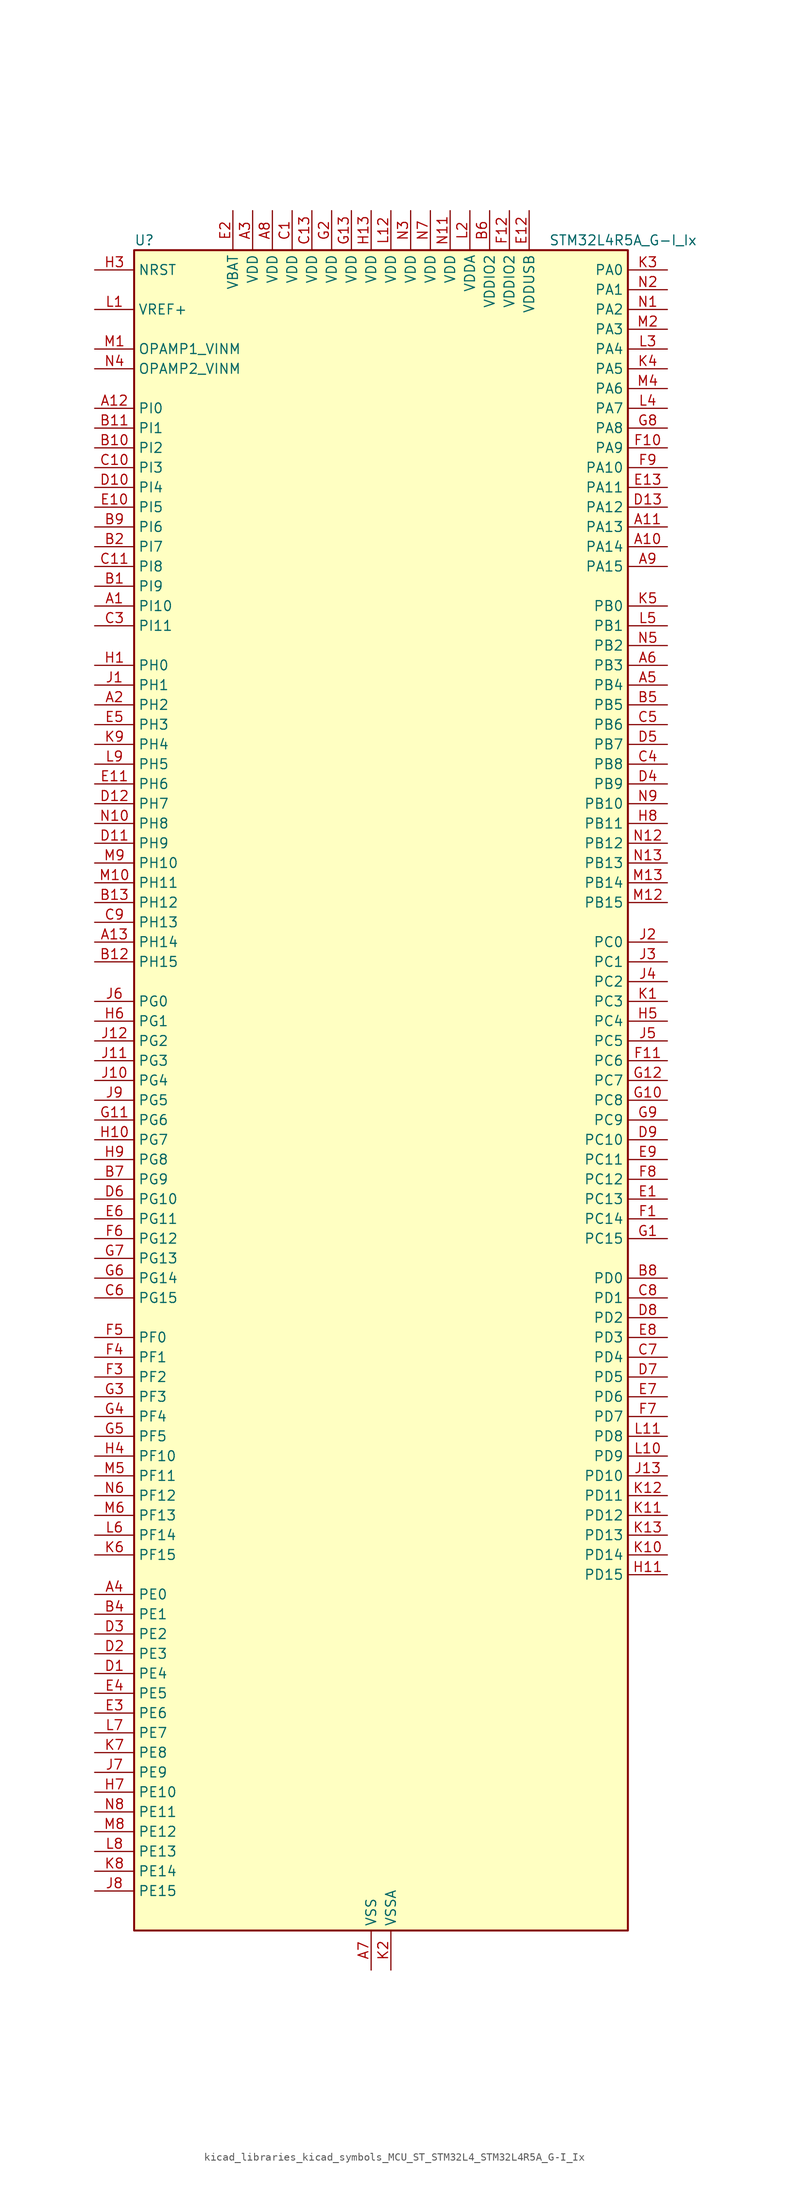
<source format=kicad_sym>
(kicad_symbol_lib
  (version 20220914)
  (generator kicad_symbol_editor)
  (symbol "kicad_libraries_kicad_symbols_MCU_ST_STM32L4_STM32L4R5A_G-I_Ix"
    (property "Reference" "U"
      (at -30.48 110.49 0)
      (effects (font (size 1.27 1.27)) (justify left)))
    (property "Value" "STM32L4R5A_G-I_Ix"
      (at 22.86 110.49 0)
      (effects (font (size 1.27 1.27)) (justify left)))
    (property "ki_locked" ""
      (at 0 0 0)
      (effects (font (size 1.27 1.27))))
    (symbol "kicad_libraries_kicad_symbols_MCU_ST_STM32L4_STM32L4R5A_G-I_Ix_0_1"
      (rectangle (start -30.48 -106.68) (end 33.02 109.22) (stroke (width 0.254) (type default)) (fill (type background))))
    (symbol "kicad_libraries_kicad_symbols_MCU_ST_STM32L4_STM32L4R5A_G-I_Ix_1_1"
      (pin bidirectional line (at -35.56 63.5 0) (length 5.08) (name "PI10" (effects (font (size 1.27 1.27)))) (number "A1" (effects (font (size 1.27 1.27)))) (alternate "OCTOSPIM_P2_IO1" bidirectional line))
      (pin bidirectional line (at 38.1 71.12 180) (length 5.08) (name "PA14" (effects (font (size 1.27 1.27)))) (number "A10" (effects (font (size 1.27 1.27)))) (alternate "I2C1_SMBA" bidirectional line) (alternate "I2C4_SMBA" bidirectional line) (alternate "LPTIM1_OUT" bidirectional line) (alternate "SAI1_FS_B" bidirectional line) (alternate "SYS_JTCK-SWCLK" bidirectional line) (alternate "USB_OTG_FS_SOF" bidirectional line))
      (pin bidirectional line (at 38.1 73.66 180) (length 5.08) (name "PA13" (effects (font (size 1.27 1.27)))) (number "A11" (effects (font (size 1.27 1.27)))) (alternate "IR_OUT" bidirectional line) (alternate "SAI1_SD_B" bidirectional line) (alternate "SYS_JTMS-SWDIO" bidirectional line) (alternate "USB_OTG_FS_NOE" bidirectional line))
      (pin bidirectional line (at -35.56 88.9 0) (length 5.08) (name "PI0" (effects (font (size 1.27 1.27)))) (number "A12" (effects (font (size 1.27 1.27)))) (alternate "DCMI_D13" bidirectional line) (alternate "OCTOSPIM_P1_IO5" bidirectional line) (alternate "SPI2_NSS" bidirectional line) (alternate "TIM5_CH4" bidirectional line))
      (pin bidirectional line (at -35.56 20.32 0) (length 5.08) (name "PH14" (effects (font (size 1.27 1.27)))) (number "A13" (effects (font (size 1.27 1.27)))) (alternate "DCMI_D4" bidirectional line) (alternate "TIM8_CH2N" bidirectional line))
      (pin bidirectional line (at -35.56 50.8 0) (length 5.08) (name "PH2" (effects (font (size 1.27 1.27)))) (number "A2" (effects (font (size 1.27 1.27)))) (alternate "OCTOSPIM_P1_IO4" bidirectional line))
      (pin power_in line (at -15.24 114.3 270) (length 5.08) (name "VDD" (effects (font (size 1.27 1.27)))) (number "A3" (effects (font (size 1.27 1.27)))))
      (pin bidirectional line (at -35.56 -63.5 0) (length 5.08) (name "PE0" (effects (font (size 1.27 1.27)))) (number "A4" (effects (font (size 1.27 1.27)))) (alternate "DCMI_D2" bidirectional line) (alternate "FMC_NBL0" bidirectional line) (alternate "TIM16_CH1" bidirectional line) (alternate "TIM4_ETR" bidirectional line))
      (pin bidirectional line (at 38.1 53.34 180) (length 5.08) (name "PB4" (effects (font (size 1.27 1.27)))) (number "A5" (effects (font (size 1.27 1.27)))) (alternate "COMP2_INP" bidirectional line) (alternate "DCMI_D12" bidirectional line) (alternate "I2C3_SDA" bidirectional line) (alternate "SAI1_MCLK_B" bidirectional line) (alternate "SPI1_MISO" bidirectional line) (alternate "SPI3_MISO" bidirectional line) (alternate "SYS_JTRST" bidirectional line) (alternate "TIM17_BKIN" bidirectional line) (alternate "TIM3_CH1" bidirectional line) (alternate "TSC_G2_IO1" bidirectional line) (alternate "UART5_DE" bidirectional line) (alternate "UART5_RTS" bidirectional line) (alternate "USART1_CTS" bidirectional line) (alternate "USART1_NSS" bidirectional line))
      (pin bidirectional line (at 38.1 55.88 180) (length 5.08) (name "PB3" (effects (font (size 1.27 1.27)))) (number "A6" (effects (font (size 1.27 1.27)))) (alternate "COMP2_INM" bidirectional line) (alternate "CRS_SYNC" bidirectional line) (alternate "SAI1_SCK_B" bidirectional line) (alternate "SPI1_SCK" bidirectional line) (alternate "SPI3_SCK" bidirectional line) (alternate "SYS_JTDO-SWO" bidirectional line) (alternate "TIM2_CH2" bidirectional line) (alternate "USART1_DE" bidirectional line) (alternate "USART1_RTS" bidirectional line))
      (pin power_in line (at 0 -111.76 90) (length 5.08) (name "VSS" (effects (font (size 1.27 1.27)))) (number "A7" (effects (font (size 1.27 1.27)))))
      (pin power_in line (at -12.7 114.3 270) (length 5.08) (name "VDD" (effects (font (size 1.27 1.27)))) (number "A8" (effects (font (size 1.27 1.27)))))
      (pin bidirectional line (at 38.1 68.58 180) (length 5.08) (name "PA15" (effects (font (size 1.27 1.27)))) (number "A9" (effects (font (size 1.27 1.27)))) (alternate "ADC1_EXTI15" bidirectional line) (alternate "SAI2_FS_B" bidirectional line) (alternate "SPI1_NSS" bidirectional line) (alternate "SPI3_NSS" bidirectional line) (alternate "SYS_JTDI" bidirectional line) (alternate "TIM2_CH1" bidirectional line) (alternate "TIM2_ETR" bidirectional line) (alternate "TSC_G3_IO1" bidirectional line) (alternate "UART4_DE" bidirectional line) (alternate "UART4_RTS" bidirectional line) (alternate "USART2_RX" bidirectional line) (alternate "USART3_DE" bidirectional line) (alternate "USART3_RTS" bidirectional line))
      (pin bidirectional line (at -35.56 66.04 0) (length 5.08) (name "PI9" (effects (font (size 1.27 1.27)))) (number "B1" (effects (font (size 1.27 1.27)))) (alternate "CAN1_RX" bidirectional line) (alternate "DAC1_EXTI9" bidirectional line) (alternate "OCTOSPIM_P2_IO2" bidirectional line))
      (pin bidirectional line (at -35.56 83.82 0) (length 5.08) (name "PI2" (effects (font (size 1.27 1.27)))) (number "B10" (effects (font (size 1.27 1.27)))) (alternate "DCMI_D9" bidirectional line) (alternate "SPI2_MISO" bidirectional line) (alternate "TIM8_CH4" bidirectional line))
      (pin bidirectional line (at -35.56 86.36 0) (length 5.08) (name "PI1" (effects (font (size 1.27 1.27)))) (number "B11" (effects (font (size 1.27 1.27)))) (alternate "DCMI_D8" bidirectional line) (alternate "SPI2_SCK" bidirectional line))
      (pin bidirectional line (at -35.56 17.78 0) (length 5.08) (name "PH15" (effects (font (size 1.27 1.27)))) (number "B12" (effects (font (size 1.27 1.27)))) (alternate "ADC1_EXTI15" bidirectional line) (alternate "DCMI_D11" bidirectional line) (alternate "OCTOSPIM_P2_IO6" bidirectional line) (alternate "TIM8_CH3N" bidirectional line))
      (pin bidirectional line (at -35.56 25.4 0) (length 5.08) (name "PH12" (effects (font (size 1.27 1.27)))) (number "B13" (effects (font (size 1.27 1.27)))) (alternate "DCMI_D3" bidirectional line) (alternate "OCTOSPIM_P2_IO7" bidirectional line) (alternate "TIM5_CH3" bidirectional line))
      (pin bidirectional line (at -35.56 71.12 0) (length 5.08) (name "PI7" (effects (font (size 1.27 1.27)))) (number "B2" (effects (font (size 1.27 1.27)))) (alternate "DCMI_D7" bidirectional line) (alternate "TIM8_CH3" bidirectional line))
      (pin passive line (at 0 -111.76 90) (length 5.08) hide (name "VSS" (effects (font (size 1.27 1.27)))) (number "B3" (effects (font (size 1.27 1.27)))))
      (pin bidirectional line (at -35.56 -66.04 0) (length 5.08) (name "PE1" (effects (font (size 1.27 1.27)))) (number "B4" (effects (font (size 1.27 1.27)))) (alternate "DCMI_D3" bidirectional line) (alternate "FMC_NBL1" bidirectional line) (alternate "TIM17_CH1" bidirectional line))
      (pin bidirectional line (at 38.1 50.8 180) (length 5.08) (name "PB5" (effects (font (size 1.27 1.27)))) (number "B5" (effects (font (size 1.27 1.27)))) (alternate "COMP2_OUT" bidirectional line) (alternate "DCMI_D10" bidirectional line) (alternate "I2C1_SMBA" bidirectional line) (alternate "LPTIM1_IN1" bidirectional line) (alternate "SAI1_SD_B" bidirectional line) (alternate "SPI1_MOSI" bidirectional line) (alternate "SPI3_MOSI" bidirectional line) (alternate "TIM16_BKIN" bidirectional line) (alternate "TIM3_CH2" bidirectional line) (alternate "TSC_G2_IO2" bidirectional line) (alternate "UART5_CTS" bidirectional line) (alternate "USART1_CK" bidirectional line))
      (pin power_in line (at 15.24 114.3 270) (length 5.08) (name "VDDIO2" (effects (font (size 1.27 1.27)))) (number "B6" (effects (font (size 1.27 1.27)))))
      (pin bidirectional line (at -35.56 -10.16 0) (length 5.08) (name "PG9" (effects (font (size 1.27 1.27)))) (number "B7" (effects (font (size 1.27 1.27)))) (alternate "DAC1_EXTI9" bidirectional line) (alternate "FMC_NCE" bidirectional line) (alternate "FMC_NE2" bidirectional line) (alternate "OCTOSPIM_P2_IO6" bidirectional line) (alternate "SAI2_SCK_A" bidirectional line) (alternate "SPI3_SCK" bidirectional line) (alternate "TIM15_CH1N" bidirectional line) (alternate "USART1_TX" bidirectional line))
      (pin bidirectional line (at 38.1 -22.86 180) (length 5.08) (name "PD0" (effects (font (size 1.27 1.27)))) (number "B8" (effects (font (size 1.27 1.27)))) (alternate "CAN1_RX" bidirectional line) (alternate "DFSDM1_DATIN7" bidirectional line) (alternate "FMC_D2" bidirectional line) (alternate "FMC_DA2" bidirectional line) (alternate "SPI2_NSS" bidirectional line))
      (pin bidirectional line (at -35.56 73.66 0) (length 5.08) (name "PI6" (effects (font (size 1.27 1.27)))) (number "B9" (effects (font (size 1.27 1.27)))) (alternate "DCMI_D6" bidirectional line) (alternate "OCTOSPIM_P2_CLK" bidirectional line) (alternate "TIM8_CH2" bidirectional line))
      (pin power_in line (at -10.16 114.3 270) (length 5.08) (name "VDD" (effects (font (size 1.27 1.27)))) (number "C1" (effects (font (size 1.27 1.27)))))
      (pin bidirectional line (at -35.56 81.28 0) (length 5.08) (name "PI3" (effects (font (size 1.27 1.27)))) (number "C10" (effects (font (size 1.27 1.27)))) (alternate "DCMI_D10" bidirectional line) (alternate "SPI2_MOSI" bidirectional line) (alternate "TIM8_ETR" bidirectional line))
      (pin bidirectional line (at -35.56 68.58 0) (length 5.08) (name "PI8" (effects (font (size 1.27 1.27)))) (number "C11" (effects (font (size 1.27 1.27)))) (alternate "DCMI_D12" bidirectional line) (alternate "OCTOSPIM_P2_NCS" bidirectional line))
      (pin passive line (at 0 -111.76 90) (length 5.08) hide (name "VSS" (effects (font (size 1.27 1.27)))) (number "C12" (effects (font (size 1.27 1.27)))))
      (pin power_in line (at -7.62 114.3 270) (length 5.08) (name "VDD" (effects (font (size 1.27 1.27)))) (number "C13" (effects (font (size 1.27 1.27)))))
      (pin passive line (at 0 -111.76 90) (length 5.08) hide (name "VSS" (effects (font (size 1.27 1.27)))) (number "C2" (effects (font (size 1.27 1.27)))))
      (pin bidirectional line (at -35.56 60.96 0) (length 5.08) (name "PI11" (effects (font (size 1.27 1.27)))) (number "C3" (effects (font (size 1.27 1.27)))) (alternate "ADC1_EXTI11" bidirectional line) (alternate "OCTOSPIM_P2_IO0" bidirectional line))
      (pin bidirectional line (at 38.1 43.18 180) (length 5.08) (name "PB8" (effects (font (size 1.27 1.27)))) (number "C4" (effects (font (size 1.27 1.27)))) (alternate "CAN1_RX" bidirectional line) (alternate "DCMI_D6" bidirectional line) (alternate "DFSDM1_CKOUT" bidirectional line) (alternate "DFSDM1_DATIN6" bidirectional line) (alternate "I2C1_SCL" bidirectional line) (alternate "SAI1_CK1" bidirectional line) (alternate "SAI1_MCLK_A" bidirectional line) (alternate "SDMMC1_CKIN" bidirectional line) (alternate "SDMMC1_D4" bidirectional line) (alternate "TIM16_CH1" bidirectional line) (alternate "TIM4_CH3" bidirectional line))
      (pin bidirectional line (at 38.1 48.26 180) (length 5.08) (name "PB6" (effects (font (size 1.27 1.27)))) (number "C5" (effects (font (size 1.27 1.27)))) (alternate "COMP2_INP" bidirectional line) (alternate "DCMI_D5" bidirectional line) (alternate "DFSDM1_DATIN5" bidirectional line) (alternate "I2C1_SCL" bidirectional line) (alternate "I2C4_SCL" bidirectional line) (alternate "LPTIM1_ETR" bidirectional line) (alternate "SAI1_FS_B" bidirectional line) (alternate "TIM16_CH1N" bidirectional line) (alternate "TIM4_CH1" bidirectional line) (alternate "TIM8_BKIN2" bidirectional line) (alternate "TSC_G2_IO3" bidirectional line) (alternate "USART1_TX" bidirectional line))
      (pin bidirectional line (at -35.56 -25.4 0) (length 5.08) (name "PG15" (effects (font (size 1.27 1.27)))) (number "C6" (effects (font (size 1.27 1.27)))) (alternate "ADC1_EXTI15" bidirectional line) (alternate "DCMI_D13" bidirectional line) (alternate "I2C1_SMBA" bidirectional line) (alternate "LPTIM1_OUT" bidirectional line) (alternate "OCTOSPIM_P2_DQS" bidirectional line))
      (pin bidirectional line (at 38.1 -33.02 180) (length 5.08) (name "PD4" (effects (font (size 1.27 1.27)))) (number "C7" (effects (font (size 1.27 1.27)))) (alternate "DFSDM1_CKIN0" bidirectional line) (alternate "FMC_NOE" bidirectional line) (alternate "OCTOSPIM_P1_IO4" bidirectional line) (alternate "SPI2_MOSI" bidirectional line) (alternate "USART2_DE" bidirectional line) (alternate "USART2_RTS" bidirectional line))
      (pin bidirectional line (at 38.1 -25.4 180) (length 5.08) (name "PD1" (effects (font (size 1.27 1.27)))) (number "C8" (effects (font (size 1.27 1.27)))) (alternate "CAN1_TX" bidirectional line) (alternate "DFSDM1_CKIN7" bidirectional line) (alternate "FMC_D3" bidirectional line) (alternate "FMC_DA3" bidirectional line) (alternate "SPI2_SCK" bidirectional line))
      (pin bidirectional line (at -35.56 22.86 0) (length 5.08) (name "PH13" (effects (font (size 1.27 1.27)))) (number "C9" (effects (font (size 1.27 1.27)))) (alternate "CAN1_TX" bidirectional line) (alternate "TIM8_CH1N" bidirectional line))
      (pin bidirectional line (at -35.56 -73.66 0) (length 5.08) (name "PE4" (effects (font (size 1.27 1.27)))) (number "D1" (effects (font (size 1.27 1.27)))) (alternate "DCMI_D4" bidirectional line) (alternate "DFSDM1_DATIN3" bidirectional line) (alternate "FMC_A20" bidirectional line) (alternate "SAI1_D2" bidirectional line) (alternate "SAI1_FS_A" bidirectional line) (alternate "SYS_TRACED1" bidirectional line) (alternate "TIM3_CH2" bidirectional line) (alternate "TSC_G7_IO3" bidirectional line))
      (pin bidirectional line (at -35.56 78.74 0) (length 5.08) (name "PI4" (effects (font (size 1.27 1.27)))) (number "D10" (effects (font (size 1.27 1.27)))) (alternate "DCMI_D5" bidirectional line) (alternate "TIM8_BKIN" bidirectional line))
      (pin bidirectional line (at -35.56 33.02 0) (length 5.08) (name "PH9" (effects (font (size 1.27 1.27)))) (number "D11" (effects (font (size 1.27 1.27)))) (alternate "DAC1_EXTI9" bidirectional line) (alternate "DCMI_D0" bidirectional line) (alternate "I2C3_SMBA" bidirectional line) (alternate "OCTOSPIM_P2_IO4" bidirectional line))
      (pin bidirectional line (at -35.56 38.1 0) (length 5.08) (name "PH7" (effects (font (size 1.27 1.27)))) (number "D12" (effects (font (size 1.27 1.27)))) (alternate "DCMI_D9" bidirectional line) (alternate "I2C3_SCL" bidirectional line))
      (pin bidirectional line (at 38.1 76.2 180) (length 5.08) (name "PA12" (effects (font (size 1.27 1.27)))) (number "D13" (effects (font (size 1.27 1.27)))) (alternate "CAN1_TX" bidirectional line) (alternate "SPI1_MOSI" bidirectional line) (alternate "TIM1_ETR" bidirectional line) (alternate "USART1_DE" bidirectional line) (alternate "USART1_RTS" bidirectional line) (alternate "USB_OTG_FS_DP" bidirectional line))
      (pin bidirectional line (at -35.56 -71.12 0) (length 5.08) (name "PE3" (effects (font (size 1.27 1.27)))) (number "D2" (effects (font (size 1.27 1.27)))) (alternate "FMC_A19" bidirectional line) (alternate "OCTOSPIM_P1_DQS" bidirectional line) (alternate "SAI1_SD_B" bidirectional line) (alternate "SYS_TRACED0" bidirectional line) (alternate "TIM3_CH1" bidirectional line) (alternate "TSC_G7_IO2" bidirectional line))
      (pin bidirectional line (at -35.56 -68.58 0) (length 5.08) (name "PE2" (effects (font (size 1.27 1.27)))) (number "D3" (effects (font (size 1.27 1.27)))) (alternate "FMC_A23" bidirectional line) (alternate "SAI1_CK1" bidirectional line) (alternate "SAI1_MCLK_A" bidirectional line) (alternate "SYS_TRACECLK" bidirectional line) (alternate "TIM3_ETR" bidirectional line) (alternate "TSC_G7_IO1" bidirectional line))
      (pin bidirectional line (at 38.1 40.64 180) (length 5.08) (name "PB9" (effects (font (size 1.27 1.27)))) (number "D4" (effects (font (size 1.27 1.27)))) (alternate "CAN1_TX" bidirectional line) (alternate "DAC1_EXTI9" bidirectional line) (alternate "DCMI_D7" bidirectional line) (alternate "DFSDM1_CKIN6" bidirectional line) (alternate "I2C1_SDA" bidirectional line) (alternate "IR_OUT" bidirectional line) (alternate "SAI1_D2" bidirectional line) (alternate "SAI1_FS_A" bidirectional line) (alternate "SDMMC1_CDIR" bidirectional line) (alternate "SDMMC1_D5" bidirectional line) (alternate "SPI2_NSS" bidirectional line) (alternate "TIM17_CH1" bidirectional line) (alternate "TIM4_CH4" bidirectional line))
      (pin bidirectional line (at 38.1 45.72 180) (length 5.08) (name "PB7" (effects (font (size 1.27 1.27)))) (number "D5" (effects (font (size 1.27 1.27)))) (alternate "COMP2_INM" bidirectional line) (alternate "DCMI_VSYNC" bidirectional line) (alternate "DFSDM1_CKIN5" bidirectional line) (alternate "FMC_NL" bidirectional line) (alternate "I2C1_SDA" bidirectional line) (alternate "I2C4_SDA" bidirectional line) (alternate "LPTIM1_IN2" bidirectional line) (alternate "SYS_PVD_IN" bidirectional line) (alternate "TIM17_CH1N" bidirectional line) (alternate "TIM4_CH2" bidirectional line) (alternate "TIM8_BKIN" bidirectional line) (alternate "TSC_G2_IO4" bidirectional line) (alternate "UART4_CTS" bidirectional line) (alternate "USART1_RX" bidirectional line))
      (pin bidirectional line (at -35.56 -12.7 0) (length 5.08) (name "PG10" (effects (font (size 1.27 1.27)))) (number "D6" (effects (font (size 1.27 1.27)))) (alternate "FMC_NE3" bidirectional line) (alternate "LPTIM1_IN1" bidirectional line) (alternate "OCTOSPIM_P2_IO7" bidirectional line) (alternate "SAI2_FS_A" bidirectional line) (alternate "SPI3_MISO" bidirectional line) (alternate "TIM15_CH1" bidirectional line) (alternate "USART1_RX" bidirectional line))
      (pin bidirectional line (at 38.1 -35.56 180) (length 5.08) (name "PD5" (effects (font (size 1.27 1.27)))) (number "D7" (effects (font (size 1.27 1.27)))) (alternate "FMC_NWE" bidirectional line) (alternate "OCTOSPIM_P1_IO5" bidirectional line) (alternate "USART2_TX" bidirectional line))
      (pin bidirectional line (at 38.1 -27.94 180) (length 5.08) (name "PD2" (effects (font (size 1.27 1.27)))) (number "D8" (effects (font (size 1.27 1.27)))) (alternate "DCMI_D11" bidirectional line) (alternate "SDMMC1_CMD" bidirectional line) (alternate "SYS_TRACED2" bidirectional line) (alternate "TIM3_ETR" bidirectional line) (alternate "TSC_SYNC" bidirectional line) (alternate "UART5_RX" bidirectional line) (alternate "USART3_DE" bidirectional line) (alternate "USART3_RTS" bidirectional line))
      (pin bidirectional line (at 38.1 -5.08 180) (length 5.08) (name "PC10" (effects (font (size 1.27 1.27)))) (number "D9" (effects (font (size 1.27 1.27)))) (alternate "DCMI_D8" bidirectional line) (alternate "SAI2_SCK_B" bidirectional line) (alternate "SDMMC1_D2" bidirectional line) (alternate "SPI3_SCK" bidirectional line) (alternate "SYS_TRACED1" bidirectional line) (alternate "TSC_G3_IO2" bidirectional line) (alternate "UART4_TX" bidirectional line) (alternate "USART3_TX" bidirectional line))
      (pin bidirectional line (at 38.1 -12.7 180) (length 5.08) (name "PC13" (effects (font (size 1.27 1.27)))) (number "E1" (effects (font (size 1.27 1.27)))) (alternate "RTC_OUT_ALARM" bidirectional line) (alternate "RTC_OUT_CALIB" bidirectional line) (alternate "RTC_TAMP1" bidirectional line) (alternate "RTC_TS" bidirectional line) (alternate "SYS_WKUP2" bidirectional line))
      (pin bidirectional line (at -35.56 76.2 0) (length 5.08) (name "PI5" (effects (font (size 1.27 1.27)))) (number "E10" (effects (font (size 1.27 1.27)))) (alternate "DCMI_VSYNC" bidirectional line) (alternate "OCTOSPIM_P2_NCS" bidirectional line) (alternate "TIM8_CH1" bidirectional line))
      (pin bidirectional line (at -35.56 40.64 0) (length 5.08) (name "PH6" (effects (font (size 1.27 1.27)))) (number "E11" (effects (font (size 1.27 1.27)))) (alternate "DCMI_D8" bidirectional line) (alternate "I2C2_SMBA" bidirectional line) (alternate "OCTOSPIM_P2_CLK" bidirectional line))
      (pin power_in line (at 20.32 114.3 270) (length 5.08) (name "VDDUSB" (effects (font (size 1.27 1.27)))) (number "E12" (effects (font (size 1.27 1.27)))))
      (pin bidirectional line (at 38.1 78.74 180) (length 5.08) (name "PA11" (effects (font (size 1.27 1.27)))) (number "E13" (effects (font (size 1.27 1.27)))) (alternate "ADC1_EXTI11" bidirectional line) (alternate "CAN1_RX" bidirectional line) (alternate "SPI1_MISO" bidirectional line) (alternate "TIM1_BKIN2" bidirectional line) (alternate "TIM1_CH4" bidirectional line) (alternate "USART1_CTS" bidirectional line) (alternate "USART1_NSS" bidirectional line) (alternate "USB_OTG_FS_DM" bidirectional line))
      (pin power_in line (at -17.78 114.3 270) (length 5.08) (name "VBAT" (effects (font (size 1.27 1.27)))) (number "E2" (effects (font (size 1.27 1.27)))))
      (pin bidirectional line (at -35.56 -78.74 0) (length 5.08) (name "PE6" (effects (font (size 1.27 1.27)))) (number "E3" (effects (font (size 1.27 1.27)))) (alternate "DCMI_D7" bidirectional line) (alternate "FMC_A22" bidirectional line) (alternate "RTC_TAMP3" bidirectional line) (alternate "SAI1_D1" bidirectional line) (alternate "SAI1_SD_A" bidirectional line) (alternate "SYS_TRACED3" bidirectional line) (alternate "SYS_WKUP3" bidirectional line) (alternate "TIM3_CH4" bidirectional line))
      (pin bidirectional line (at -35.56 -76.2 0) (length 5.08) (name "PE5" (effects (font (size 1.27 1.27)))) (number "E4" (effects (font (size 1.27 1.27)))) (alternate "DCMI_D6" bidirectional line) (alternate "DFSDM1_CKIN3" bidirectional line) (alternate "FMC_A21" bidirectional line) (alternate "SAI1_CK2" bidirectional line) (alternate "SAI1_SCK_A" bidirectional line) (alternate "SYS_TRACED2" bidirectional line) (alternate "TIM3_CH3" bidirectional line) (alternate "TSC_G7_IO4" bidirectional line))
      (pin bidirectional line (at -35.56 48.26 0) (length 5.08) (name "PH3" (effects (font (size 1.27 1.27)))) (number "E5" (effects (font (size 1.27 1.27)))))
      (pin bidirectional line (at -35.56 -15.24 0) (length 5.08) (name "PG11" (effects (font (size 1.27 1.27)))) (number "E6" (effects (font (size 1.27 1.27)))) (alternate "ADC1_EXTI11" bidirectional line) (alternate "LPTIM1_IN2" bidirectional line) (alternate "OCTOSPIM_P1_IO5" bidirectional line) (alternate "SAI2_MCLK_A" bidirectional line) (alternate "SPI3_MOSI" bidirectional line) (alternate "TIM15_CH2" bidirectional line) (alternate "USART1_CTS" bidirectional line) (alternate "USART1_NSS" bidirectional line))
      (pin bidirectional line (at 38.1 -38.1 180) (length 5.08) (name "PD6" (effects (font (size 1.27 1.27)))) (number "E7" (effects (font (size 1.27 1.27)))) (alternate "DCMI_D10" bidirectional line) (alternate "DFSDM1_DATIN1" bidirectional line) (alternate "FMC_NWAIT" bidirectional line) (alternate "OCTOSPIM_P1_IO6" bidirectional line) (alternate "SAI1_D1" bidirectional line) (alternate "SAI1_SD_A" bidirectional line) (alternate "SPI3_MOSI" bidirectional line) (alternate "USART2_RX" bidirectional line))
      (pin bidirectional line (at 38.1 -30.48 180) (length 5.08) (name "PD3" (effects (font (size 1.27 1.27)))) (number "E8" (effects (font (size 1.27 1.27)))) (alternate "DCMI_D5" bidirectional line) (alternate "DFSDM1_DATIN0" bidirectional line) (alternate "FMC_CLK" bidirectional line) (alternate "OCTOSPIM_P2_NCS" bidirectional line) (alternate "SPI2_MISO" bidirectional line) (alternate "SPI2_SCK" bidirectional line) (alternate "USART2_CTS" bidirectional line) (alternate "USART2_NSS" bidirectional line))
      (pin bidirectional line (at 38.1 -7.62 180) (length 5.08) (name "PC11" (effects (font (size 1.27 1.27)))) (number "E9" (effects (font (size 1.27 1.27)))) (alternate "ADC1_EXTI11" bidirectional line) (alternate "DCMI_D2" bidirectional line) (alternate "DCMI_D4" bidirectional line) (alternate "OCTOSPIM_P1_NCS" bidirectional line) (alternate "SAI2_MCLK_B" bidirectional line) (alternate "SDMMC1_D3" bidirectional line) (alternate "SPI3_MISO" bidirectional line) (alternate "TSC_G3_IO3" bidirectional line) (alternate "UART4_RX" bidirectional line) (alternate "USART3_RX" bidirectional line))
      (pin bidirectional line (at 38.1 -15.24 180) (length 5.08) (name "PC14" (effects (font (size 1.27 1.27)))) (number "F1" (effects (font (size 1.27 1.27)))) (alternate "RCC_OSC32_IN" bidirectional line))
      (pin bidirectional line (at 38.1 83.82 180) (length 5.08) (name "PA9" (effects (font (size 1.27 1.27)))) (number "F10" (effects (font (size 1.27 1.27)))) (alternate "DAC1_EXTI9" bidirectional line) (alternate "DCMI_D0" bidirectional line) (alternate "SAI1_FS_A" bidirectional line) (alternate "SPI2_SCK" bidirectional line) (alternate "TIM15_BKIN" bidirectional line) (alternate "TIM1_CH2" bidirectional line) (alternate "USART1_TX" bidirectional line) (alternate "USB_OTG_FS_VBUS" bidirectional line))
      (pin bidirectional line (at 38.1 5.08 180) (length 5.08) (name "PC6" (effects (font (size 1.27 1.27)))) (number "F11" (effects (font (size 1.27 1.27)))) (alternate "DCMI_D0" bidirectional line) (alternate "DFSDM1_CKIN3" bidirectional line) (alternate "SAI2_MCLK_A" bidirectional line) (alternate "SDMMC1_D0DIR" bidirectional line) (alternate "SDMMC1_D6" bidirectional line) (alternate "TIM3_CH1" bidirectional line) (alternate "TIM8_CH1" bidirectional line) (alternate "TSC_G4_IO1" bidirectional line))
      (pin power_in line (at 17.78 114.3 270) (length 5.08) (name "VDDIO2" (effects (font (size 1.27 1.27)))) (number "F12" (effects (font (size 1.27 1.27)))))
      (pin passive line (at 0 -111.76 90) (length 5.08) hide (name "VSS" (effects (font (size 1.27 1.27)))) (number "F13" (effects (font (size 1.27 1.27)))))
      (pin passive line (at 0 -111.76 90) (length 5.08) hide (name "VSS" (effects (font (size 1.27 1.27)))) (number "F2" (effects (font (size 1.27 1.27)))))
      (pin bidirectional line (at -35.56 -35.56 0) (length 5.08) (name "PF2" (effects (font (size 1.27 1.27)))) (number "F3" (effects (font (size 1.27 1.27)))) (alternate "FMC_A2" bidirectional line) (alternate "I2C2_SMBA" bidirectional line) (alternate "OCTOSPIM_P2_IO2" bidirectional line))
      (pin bidirectional line (at -35.56 -33.02 0) (length 5.08) (name "PF1" (effects (font (size 1.27 1.27)))) (number "F4" (effects (font (size 1.27 1.27)))) (alternate "FMC_A1" bidirectional line) (alternate "I2C2_SCL" bidirectional line) (alternate "OCTOSPIM_P2_IO1" bidirectional line))
      (pin bidirectional line (at -35.56 -30.48 0) (length 5.08) (name "PF0" (effects (font (size 1.27 1.27)))) (number "F5" (effects (font (size 1.27 1.27)))) (alternate "FMC_A0" bidirectional line) (alternate "I2C2_SDA" bidirectional line) (alternate "OCTOSPIM_P2_IO0" bidirectional line))
      (pin bidirectional line (at -35.56 -17.78 0) (length 5.08) (name "PG12" (effects (font (size 1.27 1.27)))) (number "F6" (effects (font (size 1.27 1.27)))) (alternate "FMC_NE4" bidirectional line) (alternate "LPTIM1_ETR" bidirectional line) (alternate "OCTOSPIM_P2_NCS" bidirectional line) (alternate "SAI2_SD_A" bidirectional line) (alternate "SPI3_NSS" bidirectional line) (alternate "USART1_DE" bidirectional line) (alternate "USART1_RTS" bidirectional line))
      (pin bidirectional line (at 38.1 -40.64 180) (length 5.08) (name "PD7" (effects (font (size 1.27 1.27)))) (number "F7" (effects (font (size 1.27 1.27)))) (alternate "DFSDM1_CKIN1" bidirectional line) (alternate "FMC_NCE" bidirectional line) (alternate "FMC_NE1" bidirectional line) (alternate "OCTOSPIM_P1_IO7" bidirectional line) (alternate "USART2_CK" bidirectional line))
      (pin bidirectional line (at 38.1 -10.16 180) (length 5.08) (name "PC12" (effects (font (size 1.27 1.27)))) (number "F8" (effects (font (size 1.27 1.27)))) (alternate "DCMI_D9" bidirectional line) (alternate "SAI2_SD_B" bidirectional line) (alternate "SDMMC1_CK" bidirectional line) (alternate "SPI3_MOSI" bidirectional line) (alternate "SYS_TRACED3" bidirectional line) (alternate "TSC_G3_IO4" bidirectional line) (alternate "UART5_TX" bidirectional line) (alternate "USART3_CK" bidirectional line))
      (pin bidirectional line (at 38.1 81.28 180) (length 5.08) (name "PA10" (effects (font (size 1.27 1.27)))) (number "F9" (effects (font (size 1.27 1.27)))) (alternate "DCMI_D1" bidirectional line) (alternate "SAI1_D1" bidirectional line) (alternate "SAI1_SD_A" bidirectional line) (alternate "TIM17_BKIN" bidirectional line) (alternate "TIM1_CH3" bidirectional line) (alternate "USART1_RX" bidirectional line) (alternate "USB_OTG_FS_ID" bidirectional line))
      (pin bidirectional line (at 38.1 -17.78 180) (length 5.08) (name "PC15" (effects (font (size 1.27 1.27)))) (number "G1" (effects (font (size 1.27 1.27)))) (alternate "ADC1_EXTI15" bidirectional line) (alternate "RCC_OSC32_OUT" bidirectional line))
      (pin bidirectional line (at 38.1 0 180) (length 5.08) (name "PC8" (effects (font (size 1.27 1.27)))) (number "G10" (effects (font (size 1.27 1.27)))) (alternate "DCMI_D2" bidirectional line) (alternate "SDMMC1_D0" bidirectional line) (alternate "TIM3_CH3" bidirectional line) (alternate "TIM8_CH3" bidirectional line) (alternate "TSC_G4_IO3" bidirectional line))
      (pin bidirectional line (at -35.56 -2.54 0) (length 5.08) (name "PG6" (effects (font (size 1.27 1.27)))) (number "G11" (effects (font (size 1.27 1.27)))) (alternate "I2C3_SMBA" bidirectional line) (alternate "LPUART1_DE" bidirectional line) (alternate "LPUART1_RTS" bidirectional line) (alternate "OCTOSPIM_P1_DQS" bidirectional line))
      (pin bidirectional line (at 38.1 2.54 180) (length 5.08) (name "PC7" (effects (font (size 1.27 1.27)))) (number "G12" (effects (font (size 1.27 1.27)))) (alternate "DCMI_D1" bidirectional line) (alternate "DFSDM1_DATIN3" bidirectional line) (alternate "SAI2_MCLK_B" bidirectional line) (alternate "SDMMC1_D123DIR" bidirectional line) (alternate "SDMMC1_D7" bidirectional line) (alternate "TIM3_CH2" bidirectional line) (alternate "TIM8_CH2" bidirectional line) (alternate "TSC_G4_IO2" bidirectional line))
      (pin power_in line (at -2.54 114.3 270) (length 5.08) (name "VDD" (effects (font (size 1.27 1.27)))) (number "G13" (effects (font (size 1.27 1.27)))))
      (pin power_in line (at -5.08 114.3 270) (length 5.08) (name "VDD" (effects (font (size 1.27 1.27)))) (number "G2" (effects (font (size 1.27 1.27)))))
      (pin bidirectional line (at -35.56 -38.1 0) (length 5.08) (name "PF3" (effects (font (size 1.27 1.27)))) (number "G3" (effects (font (size 1.27 1.27)))) (alternate "FMC_A3" bidirectional line) (alternate "OCTOSPIM_P2_IO3" bidirectional line))
      (pin bidirectional line (at -35.56 -40.64 0) (length 5.08) (name "PF4" (effects (font (size 1.27 1.27)))) (number "G4" (effects (font (size 1.27 1.27)))) (alternate "FMC_A4" bidirectional line) (alternate "OCTOSPIM_P2_CLK" bidirectional line))
      (pin bidirectional line (at -35.56 -43.18 0) (length 5.08) (name "PF5" (effects (font (size 1.27 1.27)))) (number "G5" (effects (font (size 1.27 1.27)))) (alternate "FMC_A5" bidirectional line))
      (pin bidirectional line (at -35.56 -22.86 0) (length 5.08) (name "PG14" (effects (font (size 1.27 1.27)))) (number "G6" (effects (font (size 1.27 1.27)))) (alternate "FMC_A25" bidirectional line) (alternate "I2C1_SCL" bidirectional line))
      (pin bidirectional line (at -35.56 -20.32 0) (length 5.08) (name "PG13" (effects (font (size 1.27 1.27)))) (number "G7" (effects (font (size 1.27 1.27)))) (alternate "FMC_A24" bidirectional line) (alternate "I2C1_SDA" bidirectional line) (alternate "USART1_CK" bidirectional line))
      (pin bidirectional line (at 38.1 86.36 180) (length 5.08) (name "PA8" (effects (font (size 1.27 1.27)))) (number "G8" (effects (font (size 1.27 1.27)))) (alternate "LPTIM2_OUT" bidirectional line) (alternate "RCC_MCO" bidirectional line) (alternate "SAI1_CK2" bidirectional line) (alternate "SAI1_SCK_A" bidirectional line) (alternate "TIM1_CH1" bidirectional line) (alternate "USART1_CK" bidirectional line) (alternate "USB_OTG_FS_SOF" bidirectional line))
      (pin bidirectional line (at 38.1 -2.54 180) (length 5.08) (name "PC9" (effects (font (size 1.27 1.27)))) (number "G9" (effects (font (size 1.27 1.27)))) (alternate "DAC1_EXTI9" bidirectional line) (alternate "DCMI_D3" bidirectional line) (alternate "I2C3_SDA" bidirectional line) (alternate "SAI2_EXTCLK" bidirectional line) (alternate "SDMMC1_D1" bidirectional line) (alternate "SYS_TRACED0" bidirectional line) (alternate "TIM3_CH4" bidirectional line) (alternate "TIM8_BKIN2" bidirectional line) (alternate "TIM8_CH4" bidirectional line) (alternate "TSC_G4_IO4" bidirectional line) (alternate "USB_OTG_FS_NOE" bidirectional line))
      (pin bidirectional line (at -35.56 55.88 0) (length 5.08) (name "PH0" (effects (font (size 1.27 1.27)))) (number "H1" (effects (font (size 1.27 1.27)))) (alternate "RCC_OSC_IN" bidirectional line))
      (pin bidirectional line (at -35.56 -5.08 0) (length 5.08) (name "PG7" (effects (font (size 1.27 1.27)))) (number "H10" (effects (font (size 1.27 1.27)))) (alternate "DFSDM1_CKOUT" bidirectional line) (alternate "FMC_INT" bidirectional line) (alternate "I2C3_SCL" bidirectional line) (alternate "LPUART1_TX" bidirectional line) (alternate "OCTOSPIM_P2_DQS" bidirectional line) (alternate "SAI1_CK1" bidirectional line) (alternate "SAI1_MCLK_A" bidirectional line))
      (pin bidirectional line (at 38.1 -60.96 180) (length 5.08) (name "PD15" (effects (font (size 1.27 1.27)))) (number "H11" (effects (font (size 1.27 1.27)))) (alternate "ADC1_EXTI15" bidirectional line) (alternate "FMC_D1" bidirectional line) (alternate "FMC_DA1" bidirectional line) (alternate "TIM4_CH4" bidirectional line))
      (pin passive line (at 0 -111.76 90) (length 5.08) hide (name "VSS" (effects (font (size 1.27 1.27)))) (number "H12" (effects (font (size 1.27 1.27)))))
      (pin power_in line (at 0 114.3 270) (length 5.08) (name "VDD" (effects (font (size 1.27 1.27)))) (number "H13" (effects (font (size 1.27 1.27)))))
      (pin passive line (at 0 -111.76 90) (length 5.08) hide (name "VSS" (effects (font (size 1.27 1.27)))) (number "H2" (effects (font (size 1.27 1.27)))))
      (pin input line (at -35.56 106.68 0) (length 5.08) (name "NRST" (effects (font (size 1.27 1.27)))) (number "H3" (effects (font (size 1.27 1.27)))))
      (pin bidirectional line (at -35.56 -45.72 0) (length 5.08) (name "PF10" (effects (font (size 1.27 1.27)))) (number "H4" (effects (font (size 1.27 1.27)))) (alternate "DCMI_D11" bidirectional line) (alternate "DFSDM1_CKOUT" bidirectional line) (alternate "OCTOSPIM_P1_CLK" bidirectional line) (alternate "SAI1_D3" bidirectional line) (alternate "TIM15_CH2" bidirectional line))
      (pin bidirectional line (at 38.1 10.16 180) (length 5.08) (name "PC4" (effects (font (size 1.27 1.27)))) (number "H5" (effects (font (size 1.27 1.27)))) (alternate "ADC1_IN13" bidirectional line) (alternate "COMP1_INM" bidirectional line) (alternate "OCTOSPIM_P1_IO7" bidirectional line) (alternate "USART3_TX" bidirectional line))
      (pin bidirectional line (at -35.56 10.16 0) (length 5.08) (name "PG1" (effects (font (size 1.27 1.27)))) (number "H6" (effects (font (size 1.27 1.27)))) (alternate "FMC_A11" bidirectional line) (alternate "OCTOSPIM_P2_IO5" bidirectional line) (alternate "TSC_G8_IO4" bidirectional line))
      (pin bidirectional line (at -35.56 -88.9 0) (length 5.08) (name "PE10" (effects (font (size 1.27 1.27)))) (number "H7" (effects (font (size 1.27 1.27)))) (alternate "DFSDM1_DATIN4" bidirectional line) (alternate "FMC_D7" bidirectional line) (alternate "FMC_DA7" bidirectional line) (alternate "OCTOSPIM_P1_CLK" bidirectional line) (alternate "SAI1_MCLK_B" bidirectional line) (alternate "TIM1_CH2N" bidirectional line) (alternate "TSC_G5_IO1" bidirectional line))
      (pin bidirectional line (at 38.1 35.56 180) (length 5.08) (name "PB11" (effects (font (size 1.27 1.27)))) (number "H8" (effects (font (size 1.27 1.27)))) (alternate "ADC1_EXTI11" bidirectional line) (alternate "COMP2_OUT" bidirectional line) (alternate "DFSDM1_CKIN7" bidirectional line) (alternate "I2C2_SDA" bidirectional line) (alternate "I2C4_SDA" bidirectional line) (alternate "LPUART1_TX" bidirectional line) (alternate "OCTOSPIM_P1_NCS" bidirectional line) (alternate "TIM2_CH4" bidirectional line) (alternate "USART3_RX" bidirectional line))
      (pin bidirectional line (at -35.56 -7.62 0) (length 5.08) (name "PG8" (effects (font (size 1.27 1.27)))) (number "H9" (effects (font (size 1.27 1.27)))) (alternate "I2C3_SDA" bidirectional line) (alternate "LPUART1_RX" bidirectional line))
      (pin bidirectional line (at -35.56 53.34 0) (length 5.08) (name "PH1" (effects (font (size 1.27 1.27)))) (number "J1" (effects (font (size 1.27 1.27)))) (alternate "RCC_OSC_OUT" bidirectional line))
      (pin bidirectional line (at -35.56 2.54 0) (length 5.08) (name "PG4" (effects (font (size 1.27 1.27)))) (number "J10" (effects (font (size 1.27 1.27)))) (alternate "FMC_A14" bidirectional line) (alternate "SAI2_MCLK_B" bidirectional line) (alternate "SPI1_MOSI" bidirectional line))
      (pin bidirectional line (at -35.56 5.08 0) (length 5.08) (name "PG3" (effects (font (size 1.27 1.27)))) (number "J11" (effects (font (size 1.27 1.27)))) (alternate "FMC_A13" bidirectional line) (alternate "SAI2_FS_B" bidirectional line) (alternate "SPI1_MISO" bidirectional line))
      (pin bidirectional line (at -35.56 7.62 0) (length 5.08) (name "PG2" (effects (font (size 1.27 1.27)))) (number "J12" (effects (font (size 1.27 1.27)))) (alternate "FMC_A12" bidirectional line) (alternate "SAI2_SCK_B" bidirectional line) (alternate "SPI1_SCK" bidirectional line))
      (pin bidirectional line (at 38.1 -48.26 180) (length 5.08) (name "PD10" (effects (font (size 1.27 1.27)))) (number "J13" (effects (font (size 1.27 1.27)))) (alternate "FMC_D15" bidirectional line) (alternate "FMC_DA15" bidirectional line) (alternate "SAI2_SCK_A" bidirectional line) (alternate "TSC_G6_IO1" bidirectional line) (alternate "USART3_CK" bidirectional line))
      (pin bidirectional line (at 38.1 20.32 180) (length 5.08) (name "PC0" (effects (font (size 1.27 1.27)))) (number "J2" (effects (font (size 1.27 1.27)))) (alternate "ADC1_IN1" bidirectional line) (alternate "DFSDM1_DATIN4" bidirectional line) (alternate "I2C3_SCL" bidirectional line) (alternate "LPTIM1_IN1" bidirectional line) (alternate "LPTIM2_IN1" bidirectional line) (alternate "LPUART1_RX" bidirectional line) (alternate "SAI2_FS_A" bidirectional line))
      (pin bidirectional line (at 38.1 17.78 180) (length 5.08) (name "PC1" (effects (font (size 1.27 1.27)))) (number "J3" (effects (font (size 1.27 1.27)))) (alternate "ADC1_IN2" bidirectional line) (alternate "DFSDM1_CKIN4" bidirectional line) (alternate "I2C3_SDA" bidirectional line) (alternate "LPTIM1_OUT" bidirectional line) (alternate "LPUART1_TX" bidirectional line) (alternate "OCTOSPIM_P1_IO4" bidirectional line) (alternate "SAI1_SD_A" bidirectional line) (alternate "SPI2_MOSI" bidirectional line) (alternate "SYS_TRACED0" bidirectional line))
      (pin bidirectional line (at 38.1 15.24 180) (length 5.08) (name "PC2" (effects (font (size 1.27 1.27)))) (number "J4" (effects (font (size 1.27 1.27)))) (alternate "ADC1_IN3" bidirectional line) (alternate "DFSDM1_CKOUT" bidirectional line) (alternate "LPTIM1_IN2" bidirectional line) (alternate "OCTOSPIM_P1_IO5" bidirectional line) (alternate "SPI2_MISO" bidirectional line))
      (pin bidirectional line (at 38.1 7.62 180) (length 5.08) (name "PC5" (effects (font (size 1.27 1.27)))) (number "J5" (effects (font (size 1.27 1.27)))) (alternate "ADC1_IN14" bidirectional line) (alternate "COMP1_INP" bidirectional line) (alternate "SAI1_D3" bidirectional line) (alternate "SYS_WKUP5" bidirectional line) (alternate "USART3_RX" bidirectional line))
      (pin bidirectional line (at -35.56 12.7 0) (length 5.08) (name "PG0" (effects (font (size 1.27 1.27)))) (number "J6" (effects (font (size 1.27 1.27)))) (alternate "FMC_A10" bidirectional line) (alternate "OCTOSPIM_P2_IO4" bidirectional line) (alternate "TSC_G8_IO3" bidirectional line))
      (pin bidirectional line (at -35.56 -86.36 0) (length 5.08) (name "PE9" (effects (font (size 1.27 1.27)))) (number "J7" (effects (font (size 1.27 1.27)))) (alternate "DAC1_EXTI9" bidirectional line) (alternate "DFSDM1_CKOUT" bidirectional line) (alternate "FMC_D6" bidirectional line) (alternate "FMC_DA6" bidirectional line) (alternate "SAI1_FS_B" bidirectional line) (alternate "TIM1_CH1" bidirectional line))
      (pin bidirectional line (at -35.56 -101.6 0) (length 5.08) (name "PE15" (effects (font (size 1.27 1.27)))) (number "J8" (effects (font (size 1.27 1.27)))) (alternate "ADC1_EXTI15" bidirectional line) (alternate "FMC_D12" bidirectional line) (alternate "FMC_DA12" bidirectional line) (alternate "OCTOSPIM_P1_IO3" bidirectional line) (alternate "SPI1_MOSI" bidirectional line) (alternate "TIM1_BKIN" bidirectional line))
      (pin bidirectional line (at -35.56 0 0) (length 5.08) (name "PG5" (effects (font (size 1.27 1.27)))) (number "J9" (effects (font (size 1.27 1.27)))) (alternate "FMC_A15" bidirectional line) (alternate "LPUART1_CTS" bidirectional line) (alternate "SAI2_SD_B" bidirectional line) (alternate "SPI1_NSS" bidirectional line))
      (pin bidirectional line (at 38.1 12.7 180) (length 5.08) (name "PC3" (effects (font (size 1.27 1.27)))) (number "K1" (effects (font (size 1.27 1.27)))) (alternate "ADC1_IN4" bidirectional line) (alternate "LPTIM1_ETR" bidirectional line) (alternate "LPTIM2_ETR" bidirectional line) (alternate "OCTOSPIM_P1_IO6" bidirectional line) (alternate "SAI1_D1" bidirectional line) (alternate "SAI1_SD_A" bidirectional line) (alternate "SPI2_MOSI" bidirectional line))
      (pin bidirectional line (at 38.1 -58.42 180) (length 5.08) (name "PD14" (effects (font (size 1.27 1.27)))) (number "K10" (effects (font (size 1.27 1.27)))) (alternate "FMC_D0" bidirectional line) (alternate "FMC_DA0" bidirectional line) (alternate "TIM4_CH3" bidirectional line))
      (pin bidirectional line (at 38.1 -53.34 180) (length 5.08) (name "PD12" (effects (font (size 1.27 1.27)))) (number "K11" (effects (font (size 1.27 1.27)))) (alternate "FMC_A17" bidirectional line) (alternate "FMC_ALE" bidirectional line) (alternate "I2C4_SCL" bidirectional line) (alternate "LPTIM2_IN1" bidirectional line) (alternate "SAI2_FS_A" bidirectional line) (alternate "TIM4_CH1" bidirectional line) (alternate "TSC_G6_IO3" bidirectional line) (alternate "USART3_DE" bidirectional line) (alternate "USART3_RTS" bidirectional line))
      (pin bidirectional line (at 38.1 -50.8 180) (length 5.08) (name "PD11" (effects (font (size 1.27 1.27)))) (number "K12" (effects (font (size 1.27 1.27)))) (alternate "ADC1_EXTI11" bidirectional line) (alternate "FMC_A16" bidirectional line) (alternate "FMC_CLE" bidirectional line) (alternate "I2C4_SMBA" bidirectional line) (alternate "LPTIM2_ETR" bidirectional line) (alternate "SAI2_SD_A" bidirectional line) (alternate "TSC_G6_IO2" bidirectional line) (alternate "USART3_CTS" bidirectional line) (alternate "USART3_NSS" bidirectional line))
      (pin bidirectional line (at 38.1 -55.88 180) (length 5.08) (name "PD13" (effects (font (size 1.27 1.27)))) (number "K13" (effects (font (size 1.27 1.27)))) (alternate "FMC_A18" bidirectional line) (alternate "I2C4_SDA" bidirectional line) (alternate "LPTIM2_OUT" bidirectional line) (alternate "TIM4_CH2" bidirectional line) (alternate "TSC_G6_IO4" bidirectional line))
      (pin power_in line (at 2.54 -111.76 90) (length 5.08) (name "VSSA" (effects (font (size 1.27 1.27)))) (number "K2" (effects (font (size 1.27 1.27)))))
      (pin bidirectional line (at 38.1 106.68 180) (length 5.08) (name "PA0" (effects (font (size 1.27 1.27)))) (number "K3" (effects (font (size 1.27 1.27)))) (alternate "ADC1_IN5" bidirectional line) (alternate "OPAMP1_VINP" bidirectional line) (alternate "RTC_TAMP2" bidirectional line) (alternate "SAI1_EXTCLK" bidirectional line) (alternate "SYS_WKUP1" bidirectional line) (alternate "TIM2_CH1" bidirectional line) (alternate "TIM2_ETR" bidirectional line) (alternate "TIM5_CH1" bidirectional line) (alternate "TIM8_ETR" bidirectional line) (alternate "UART4_TX" bidirectional line) (alternate "USART2_CTS" bidirectional line) (alternate "USART2_NSS" bidirectional line))
      (pin bidirectional line (at 38.1 93.98 180) (length 5.08) (name "PA5" (effects (font (size 1.27 1.27)))) (number "K4" (effects (font (size 1.27 1.27)))) (alternate "ADC1_IN10" bidirectional line) (alternate "DAC1_OUT2" bidirectional line) (alternate "LPTIM2_ETR" bidirectional line) (alternate "SPI1_SCK" bidirectional line) (alternate "TIM2_CH1" bidirectional line) (alternate "TIM2_ETR" bidirectional line) (alternate "TIM8_CH1N" bidirectional line))
      (pin bidirectional line (at 38.1 63.5 180) (length 5.08) (name "PB0" (effects (font (size 1.27 1.27)))) (number "K5" (effects (font (size 1.27 1.27)))) (alternate "ADC1_IN15" bidirectional line) (alternate "COMP1_OUT" bidirectional line) (alternate "OCTOSPIM_P1_IO1" bidirectional line) (alternate "OPAMP2_VOUT" bidirectional line) (alternate "SAI1_EXTCLK" bidirectional line) (alternate "SPI1_NSS" bidirectional line) (alternate "TIM1_CH2N" bidirectional line) (alternate "TIM3_CH3" bidirectional line) (alternate "TIM8_CH2N" bidirectional line) (alternate "USART3_CK" bidirectional line))
      (pin bidirectional line (at -35.56 -58.42 0) (length 5.08) (name "PF15" (effects (font (size 1.27 1.27)))) (number "K6" (effects (font (size 1.27 1.27)))) (alternate "ADC1_EXTI15" bidirectional line) (alternate "FMC_A9" bidirectional line) (alternate "I2C4_SDA" bidirectional line) (alternate "TSC_G8_IO2" bidirectional line))
      (pin bidirectional line (at -35.56 -83.82 0) (length 5.08) (name "PE8" (effects (font (size 1.27 1.27)))) (number "K7" (effects (font (size 1.27 1.27)))) (alternate "DFSDM1_CKIN2" bidirectional line) (alternate "FMC_D5" bidirectional line) (alternate "FMC_DA5" bidirectional line) (alternate "SAI1_SCK_B" bidirectional line) (alternate "TIM1_CH1N" bidirectional line))
      (pin bidirectional line (at -35.56 -99.06 0) (length 5.08) (name "PE14" (effects (font (size 1.27 1.27)))) (number "K8" (effects (font (size 1.27 1.27)))) (alternate "FMC_D11" bidirectional line) (alternate "FMC_DA11" bidirectional line) (alternate "OCTOSPIM_P1_IO2" bidirectional line) (alternate "SPI1_MISO" bidirectional line) (alternate "TIM1_BKIN2" bidirectional line) (alternate "TIM1_CH4" bidirectional line))
      (pin bidirectional line (at -35.56 45.72 0) (length 5.08) (name "PH4" (effects (font (size 1.27 1.27)))) (number "K9" (effects (font (size 1.27 1.27)))) (alternate "I2C2_SCL" bidirectional line) (alternate "OCTOSPIM_P2_DQS" bidirectional line))
      (pin input line (at -35.56 101.6 0) (length 5.08) (name "VREF+" (effects (font (size 1.27 1.27)))) (number "L1" (effects (font (size 1.27 1.27)))) (alternate "VREFBUF_OUT" bidirectional line))
      (pin bidirectional line (at 38.1 -45.72 180) (length 5.08) (name "PD9" (effects (font (size 1.27 1.27)))) (number "L10" (effects (font (size 1.27 1.27)))) (alternate "DAC1_EXTI9" bidirectional line) (alternate "DCMI_PIXCLK" bidirectional line) (alternate "FMC_D14" bidirectional line) (alternate "FMC_DA14" bidirectional line) (alternate "SAI2_MCLK_A" bidirectional line) (alternate "USART3_RX" bidirectional line))
      (pin bidirectional line (at 38.1 -43.18 180) (length 5.08) (name "PD8" (effects (font (size 1.27 1.27)))) (number "L11" (effects (font (size 1.27 1.27)))) (alternate "DCMI_HSYNC" bidirectional line) (alternate "FMC_D13" bidirectional line) (alternate "FMC_DA13" bidirectional line) (alternate "USART3_TX" bidirectional line))
      (pin power_in line (at 2.54 114.3 270) (length 5.08) (name "VDD" (effects (font (size 1.27 1.27)))) (number "L12" (effects (font (size 1.27 1.27)))))
      (pin passive line (at 0 -111.76 90) (length 5.08) hide (name "VSS" (effects (font (size 1.27 1.27)))) (number "L13" (effects (font (size 1.27 1.27)))))
      (pin power_in line (at 12.7 114.3 270) (length 5.08) (name "VDDA" (effects (font (size 1.27 1.27)))) (number "L2" (effects (font (size 1.27 1.27)))))
      (pin bidirectional line (at 38.1 96.52 180) (length 5.08) (name "PA4" (effects (font (size 1.27 1.27)))) (number "L3" (effects (font (size 1.27 1.27)))) (alternate "ADC1_IN9" bidirectional line) (alternate "DAC1_OUT1" bidirectional line) (alternate "DCMI_HSYNC" bidirectional line) (alternate "LPTIM2_OUT" bidirectional line) (alternate "OCTOSPIM_P1_NCS" bidirectional line) (alternate "SAI1_FS_B" bidirectional line) (alternate "SPI1_NSS" bidirectional line) (alternate "SPI3_NSS" bidirectional line) (alternate "USART2_CK" bidirectional line))
      (pin bidirectional line (at 38.1 88.9 180) (length 5.08) (name "PA7" (effects (font (size 1.27 1.27)))) (number "L4" (effects (font (size 1.27 1.27)))) (alternate "ADC1_IN12" bidirectional line) (alternate "I2C3_SCL" bidirectional line) (alternate "OCTOSPIM_P1_IO2" bidirectional line) (alternate "OPAMP2_VINM" bidirectional line) (alternate "SPI1_MOSI" bidirectional line) (alternate "TIM17_CH1" bidirectional line) (alternate "TIM1_CH1N" bidirectional line) (alternate "TIM3_CH2" bidirectional line) (alternate "TIM8_CH1N" bidirectional line))
      (pin bidirectional line (at 38.1 60.96 180) (length 5.08) (name "PB1" (effects (font (size 1.27 1.27)))) (number "L5" (effects (font (size 1.27 1.27)))) (alternate "ADC1_IN16" bidirectional line) (alternate "COMP1_INM" bidirectional line) (alternate "DFSDM1_DATIN0" bidirectional line) (alternate "LPTIM2_IN1" bidirectional line) (alternate "LPUART1_DE" bidirectional line) (alternate "LPUART1_RTS" bidirectional line) (alternate "OCTOSPIM_P1_IO0" bidirectional line) (alternate "TIM1_CH3N" bidirectional line) (alternate "TIM3_CH4" bidirectional line) (alternate "TIM8_CH3N" bidirectional line) (alternate "USART3_DE" bidirectional line) (alternate "USART3_RTS" bidirectional line))
      (pin bidirectional line (at -35.56 -55.88 0) (length 5.08) (name "PF14" (effects (font (size 1.27 1.27)))) (number "L6" (effects (font (size 1.27 1.27)))) (alternate "DFSDM1_CKIN6" bidirectional line) (alternate "FMC_A8" bidirectional line) (alternate "I2C4_SCL" bidirectional line) (alternate "TSC_G8_IO1" bidirectional line))
      (pin bidirectional line (at -35.56 -81.28 0) (length 5.08) (name "PE7" (effects (font (size 1.27 1.27)))) (number "L7" (effects (font (size 1.27 1.27)))) (alternate "DFSDM1_DATIN2" bidirectional line) (alternate "FMC_D4" bidirectional line) (alternate "FMC_DA4" bidirectional line) (alternate "SAI1_SD_B" bidirectional line) (alternate "TIM1_ETR" bidirectional line))
      (pin bidirectional line (at -35.56 -96.52 0) (length 5.08) (name "PE13" (effects (font (size 1.27 1.27)))) (number "L8" (effects (font (size 1.27 1.27)))) (alternate "DFSDM1_CKIN5" bidirectional line) (alternate "FMC_D10" bidirectional line) (alternate "FMC_DA10" bidirectional line) (alternate "OCTOSPIM_P1_IO1" bidirectional line) (alternate "SPI1_SCK" bidirectional line) (alternate "TIM1_CH3" bidirectional line) (alternate "TSC_G5_IO4" bidirectional line))
      (pin bidirectional line (at -35.56 43.18 0) (length 5.08) (name "PH5" (effects (font (size 1.27 1.27)))) (number "L9" (effects (font (size 1.27 1.27)))) (alternate "DCMI_PIXCLK" bidirectional line) (alternate "I2C2_SDA" bidirectional line))
      (pin bidirectional line (at -35.56 96.52 0) (length 5.08) (name "OPAMP1_VINM" (effects (font (size 1.27 1.27)))) (number "M1" (effects (font (size 1.27 1.27)))) (alternate "OPAMP1_VINM" bidirectional line))
      (pin bidirectional line (at -35.56 27.94 0) (length 5.08) (name "PH11" (effects (font (size 1.27 1.27)))) (number "M10" (effects (font (size 1.27 1.27)))) (alternate "ADC1_EXTI11" bidirectional line) (alternate "DCMI_D2" bidirectional line) (alternate "OCTOSPIM_P2_IO6" bidirectional line) (alternate "TIM5_CH2" bidirectional line))
      (pin passive line (at 0 -111.76 90) (length 5.08) hide (name "VSS" (effects (font (size 1.27 1.27)))) (number "M11" (effects (font (size 1.27 1.27)))))
      (pin bidirectional line (at 38.1 25.4 180) (length 5.08) (name "PB15" (effects (font (size 1.27 1.27)))) (number "M12" (effects (font (size 1.27 1.27)))) (alternate "ADC1_EXTI15" bidirectional line) (alternate "DFSDM1_CKIN2" bidirectional line) (alternate "RTC_REFIN" bidirectional line) (alternate "SAI2_SD_A" bidirectional line) (alternate "SPI2_MOSI" bidirectional line) (alternate "TIM15_CH2" bidirectional line) (alternate "TIM1_CH3N" bidirectional line) (alternate "TIM8_CH3N" bidirectional line) (alternate "TSC_G1_IO4" bidirectional line))
      (pin bidirectional line (at 38.1 27.94 180) (length 5.08) (name "PB14" (effects (font (size 1.27 1.27)))) (number "M13" (effects (font (size 1.27 1.27)))) (alternate "DFSDM1_DATIN2" bidirectional line) (alternate "I2C2_SDA" bidirectional line) (alternate "SAI2_MCLK_A" bidirectional line) (alternate "SPI2_MISO" bidirectional line) (alternate "TIM15_CH1" bidirectional line) (alternate "TIM1_CH2N" bidirectional line) (alternate "TIM8_CH2N" bidirectional line) (alternate "TSC_G1_IO3" bidirectional line) (alternate "USART3_DE" bidirectional line) (alternate "USART3_RTS" bidirectional line))
      (pin bidirectional line (at 38.1 99.06 180) (length 5.08) (name "PA3" (effects (font (size 1.27 1.27)))) (number "M2" (effects (font (size 1.27 1.27)))) (alternate "ADC1_IN8" bidirectional line) (alternate "LPUART1_RX" bidirectional line) (alternate "OCTOSPIM_P1_CLK" bidirectional line) (alternate "OPAMP1_VOUT" bidirectional line) (alternate "SAI1_CK1" bidirectional line) (alternate "SAI1_MCLK_A" bidirectional line) (alternate "TIM15_CH2" bidirectional line) (alternate "TIM2_CH4" bidirectional line) (alternate "TIM5_CH4" bidirectional line) (alternate "USART2_RX" bidirectional line))
      (pin passive line (at 0 -111.76 90) (length 5.08) hide (name "VSS" (effects (font (size 1.27 1.27)))) (number "M3" (effects (font (size 1.27 1.27)))))
      (pin bidirectional line (at 38.1 91.44 180) (length 5.08) (name "PA6" (effects (font (size 1.27 1.27)))) (number "M4" (effects (font (size 1.27 1.27)))) (alternate "ADC1_IN11" bidirectional line) (alternate "DCMI_PIXCLK" bidirectional line) (alternate "LPUART1_CTS" bidirectional line) (alternate "OCTOSPIM_P1_IO3" bidirectional line) (alternate "OPAMP2_VINP" bidirectional line) (alternate "SPI1_MISO" bidirectional line) (alternate "TIM16_CH1" bidirectional line) (alternate "TIM1_BKIN" bidirectional line) (alternate "TIM3_CH1" bidirectional line) (alternate "TIM8_BKIN" bidirectional line) (alternate "USART3_CTS" bidirectional line) (alternate "USART3_NSS" bidirectional line))
      (pin bidirectional line (at -35.56 -48.26 0) (length 5.08) (name "PF11" (effects (font (size 1.27 1.27)))) (number "M5" (effects (font (size 1.27 1.27)))) (alternate "ADC1_EXTI11" bidirectional line) (alternate "DCMI_D12" bidirectional line))
      (pin bidirectional line (at -35.56 -53.34 0) (length 5.08) (name "PF13" (effects (font (size 1.27 1.27)))) (number "M6" (effects (font (size 1.27 1.27)))) (alternate "DFSDM1_DATIN6" bidirectional line) (alternate "FMC_A7" bidirectional line) (alternate "I2C4_SMBA" bidirectional line))
      (pin passive line (at 0 -111.76 90) (length 5.08) hide (name "VSS" (effects (font (size 1.27 1.27)))) (number "M7" (effects (font (size 1.27 1.27)))))
      (pin bidirectional line (at -35.56 -93.98 0) (length 5.08) (name "PE12" (effects (font (size 1.27 1.27)))) (number "M8" (effects (font (size 1.27 1.27)))) (alternate "DFSDM1_DATIN5" bidirectional line) (alternate "FMC_D9" bidirectional line) (alternate "FMC_DA9" bidirectional line) (alternate "OCTOSPIM_P1_IO0" bidirectional line) (alternate "SPI1_NSS" bidirectional line) (alternate "TIM1_CH3N" bidirectional line) (alternate "TSC_G5_IO3" bidirectional line))
      (pin bidirectional line (at -35.56 30.48 0) (length 5.08) (name "PH10" (effects (font (size 1.27 1.27)))) (number "M9" (effects (font (size 1.27 1.27)))) (alternate "DCMI_D1" bidirectional line) (alternate "OCTOSPIM_P2_IO5" bidirectional line) (alternate "TIM5_CH1" bidirectional line))
      (pin bidirectional line (at 38.1 101.6 180) (length 5.08) (name "PA2" (effects (font (size 1.27 1.27)))) (number "N1" (effects (font (size 1.27 1.27)))) (alternate "ADC1_IN7" bidirectional line) (alternate "LPUART1_TX" bidirectional line) (alternate "OCTOSPIM_P1_NCS" bidirectional line) (alternate "RCC_LSCO" bidirectional line) (alternate "SAI2_EXTCLK" bidirectional line) (alternate "SYS_WKUP4" bidirectional line) (alternate "TIM15_CH1" bidirectional line) (alternate "TIM2_CH3" bidirectional line) (alternate "TIM5_CH3" bidirectional line) (alternate "USART2_TX" bidirectional line))
      (pin bidirectional line (at -35.56 35.56 0) (length 5.08) (name "PH8" (effects (font (size 1.27 1.27)))) (number "N10" (effects (font (size 1.27 1.27)))) (alternate "DCMI_HSYNC" bidirectional line) (alternate "I2C3_SDA" bidirectional line) (alternate "OCTOSPIM_P2_IO3" bidirectional line))
      (pin power_in line (at 10.16 114.3 270) (length 5.08) (name "VDD" (effects (font (size 1.27 1.27)))) (number "N11" (effects (font (size 1.27 1.27)))))
      (pin bidirectional line (at 38.1 33.02 180) (length 5.08) (name "PB12" (effects (font (size 1.27 1.27)))) (number "N12" (effects (font (size 1.27 1.27)))) (alternate "DFSDM1_DATIN1" bidirectional line) (alternate "I2C2_SMBA" bidirectional line) (alternate "LPUART1_DE" bidirectional line) (alternate "LPUART1_RTS" bidirectional line) (alternate "SAI2_FS_A" bidirectional line) (alternate "SPI2_NSS" bidirectional line) (alternate "TIM15_BKIN" bidirectional line) (alternate "TIM1_BKIN" bidirectional line) (alternate "TSC_G1_IO1" bidirectional line) (alternate "USART3_CK" bidirectional line))
      (pin bidirectional line (at 38.1 30.48 180) (length 5.08) (name "PB13" (effects (font (size 1.27 1.27)))) (number "N13" (effects (font (size 1.27 1.27)))) (alternate "DFSDM1_CKIN1" bidirectional line) (alternate "I2C2_SCL" bidirectional line) (alternate "LPUART1_CTS" bidirectional line) (alternate "SAI2_SCK_A" bidirectional line) (alternate "SPI2_SCK" bidirectional line) (alternate "TIM15_CH1N" bidirectional line) (alternate "TIM1_CH1N" bidirectional line) (alternate "TSC_G1_IO2" bidirectional line) (alternate "USART3_CTS" bidirectional line) (alternate "USART3_NSS" bidirectional line))
      (pin bidirectional line (at 38.1 104.14 180) (length 5.08) (name "PA1" (effects (font (size 1.27 1.27)))) (number "N2" (effects (font (size 1.27 1.27)))) (alternate "ADC1_IN6" bidirectional line) (alternate "I2C1_SMBA" bidirectional line) (alternate "OCTOSPIM_P1_DQS" bidirectional line) (alternate "OPAMP1_VINM" bidirectional line) (alternate "SPI1_SCK" bidirectional line) (alternate "TIM15_CH1N" bidirectional line) (alternate "TIM2_CH2" bidirectional line) (alternate "TIM5_CH2" bidirectional line) (alternate "UART4_RX" bidirectional line) (alternate "USART2_DE" bidirectional line) (alternate "USART2_RTS" bidirectional line))
      (pin power_in line (at 5.08 114.3 270) (length 5.08) (name "VDD" (effects (font (size 1.27 1.27)))) (number "N3" (effects (font (size 1.27 1.27)))))
      (pin bidirectional line (at -35.56 93.98 0) (length 5.08) (name "OPAMP2_VINM" (effects (font (size 1.27 1.27)))) (number "N4" (effects (font (size 1.27 1.27)))) (alternate "OPAMP2_VINM" bidirectional line))
      (pin bidirectional line (at 38.1 58.42 180) (length 5.08) (name "PB2" (effects (font (size 1.27 1.27)))) (number "N5" (effects (font (size 1.27 1.27)))) (alternate "COMP1_INP" bidirectional line) (alternate "DFSDM1_CKIN0" bidirectional line) (alternate "I2C3_SMBA" bidirectional line) (alternate "LPTIM1_OUT" bidirectional line) (alternate "OCTOSPIM_P1_DQS" bidirectional line) (alternate "RTC_OUT_ALARM" bidirectional line) (alternate "RTC_OUT_CALIB" bidirectional line))
      (pin bidirectional line (at -35.56 -50.8 0) (length 5.08) (name "PF12" (effects (font (size 1.27 1.27)))) (number "N6" (effects (font (size 1.27 1.27)))) (alternate "FMC_A6" bidirectional line) (alternate "OCTOSPIM_P2_DQS" bidirectional line))
      (pin power_in line (at 7.62 114.3 270) (length 5.08) (name "VDD" (effects (font (size 1.27 1.27)))) (number "N7" (effects (font (size 1.27 1.27)))))
      (pin bidirectional line (at -35.56 -91.44 0) (length 5.08) (name "PE11" (effects (font (size 1.27 1.27)))) (number "N8" (effects (font (size 1.27 1.27)))) (alternate "ADC1_EXTI11" bidirectional line) (alternate "DFSDM1_CKIN4" bidirectional line) (alternate "FMC_D8" bidirectional line) (alternate "FMC_DA8" bidirectional line) (alternate "OCTOSPIM_P1_NCS" bidirectional line) (alternate "TIM1_CH2" bidirectional line) (alternate "TSC_G5_IO2" bidirectional line))
      (pin bidirectional line (at 38.1 38.1 180) (length 5.08) (name "PB10" (effects (font (size 1.27 1.27)))) (number "N9" (effects (font (size 1.27 1.27)))) (alternate "COMP1_OUT" bidirectional line) (alternate "DFSDM1_DATIN7" bidirectional line) (alternate "I2C2_SCL" bidirectional line) (alternate "I2C4_SCL" bidirectional line) (alternate "LPUART1_RX" bidirectional line) (alternate "OCTOSPIM_P1_CLK" bidirectional line) (alternate "SAI1_SCK_A" bidirectional line) (alternate "SPI2_SCK" bidirectional line) (alternate "TIM2_CH3" bidirectional line) (alternate "TSC_SYNC" bidirectional line) (alternate "USART3_TX" bidirectional line)))))
</source>
